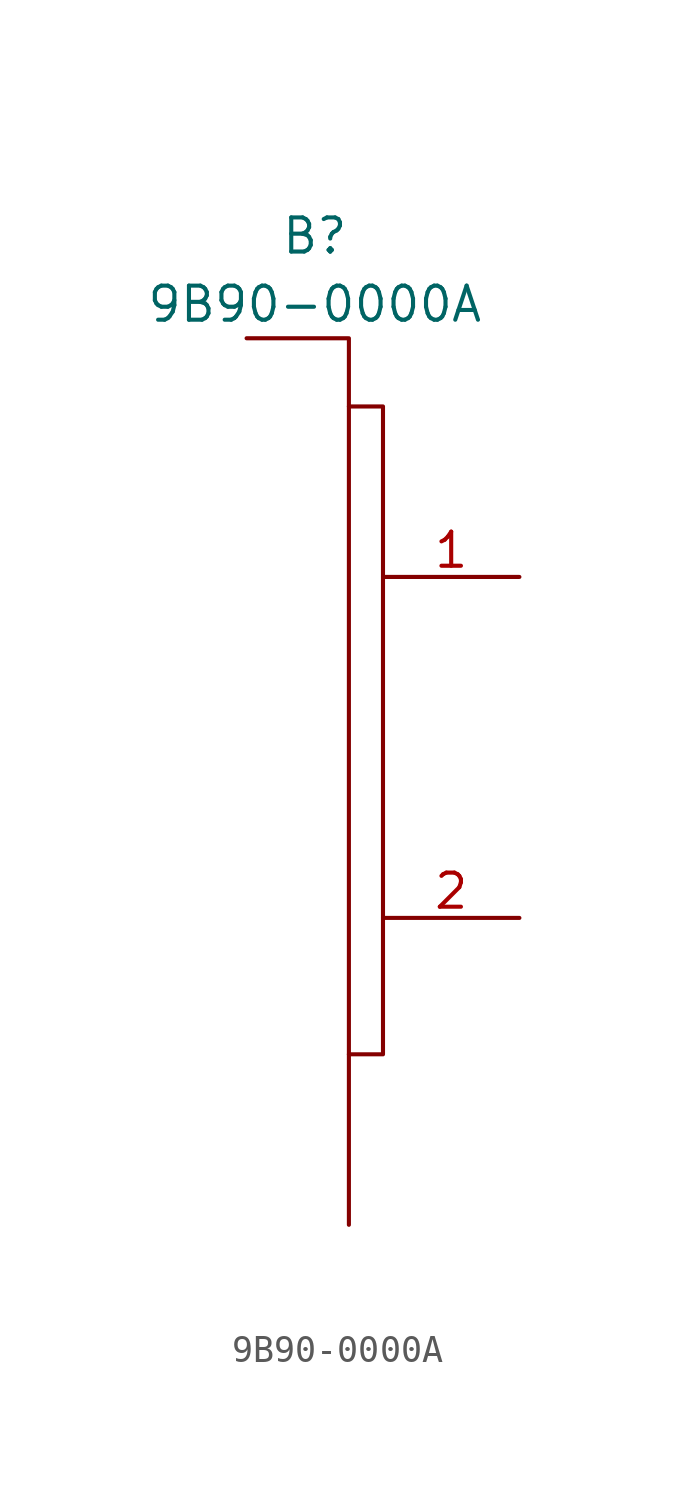
<source format=kicad_sym>
(kicad_symbol_lib
  (version 20220102)
  (generator kicad_symbol_editor)
  (symbol "9B90-0000A"
    (pin_names
      (offset 1.016))
    (property "Reference" "B"
      (at 0 7.62 0)
      (effects (font (size 1.27 1.27))))
    (property "Value" "9B90-0000A"
      (at 0 5.08 0)
      (effects (font (size 1.27 1.27))))
    (symbol "9B90-0000A_0_1"
      (polyline (pts (xy 1.27 -22.86) (xy 1.27 -29.21)) (stroke (width 0) (type default)) (fill (type none)))
      (polyline (pts (xy 1.27 1.27) (xy 1.27 3.81) (xy -2.54 3.81)) (stroke (width 0) (type default)) (fill (type none)))
      (rectangle (start 1.27 1.27) (end 2.54 -22.86) (stroke (width 0) (type default)) (fill (type none))))
    (symbol "9B90-0000A_1_1"
      (pin passive line (at 7.62 -5.08 180) (length 5.08) (name "~" (effects (font (size 1.27 1.27)))) (number "1" (effects (font (size 1.27 1.27)))))
      (pin passive line (at 7.62 -17.78 180) (length 5.08) (name "~" (effects (font (size 1.27 1.27)))) (number "2" (effects (font (size 1.27 1.27))))))))
</source>
